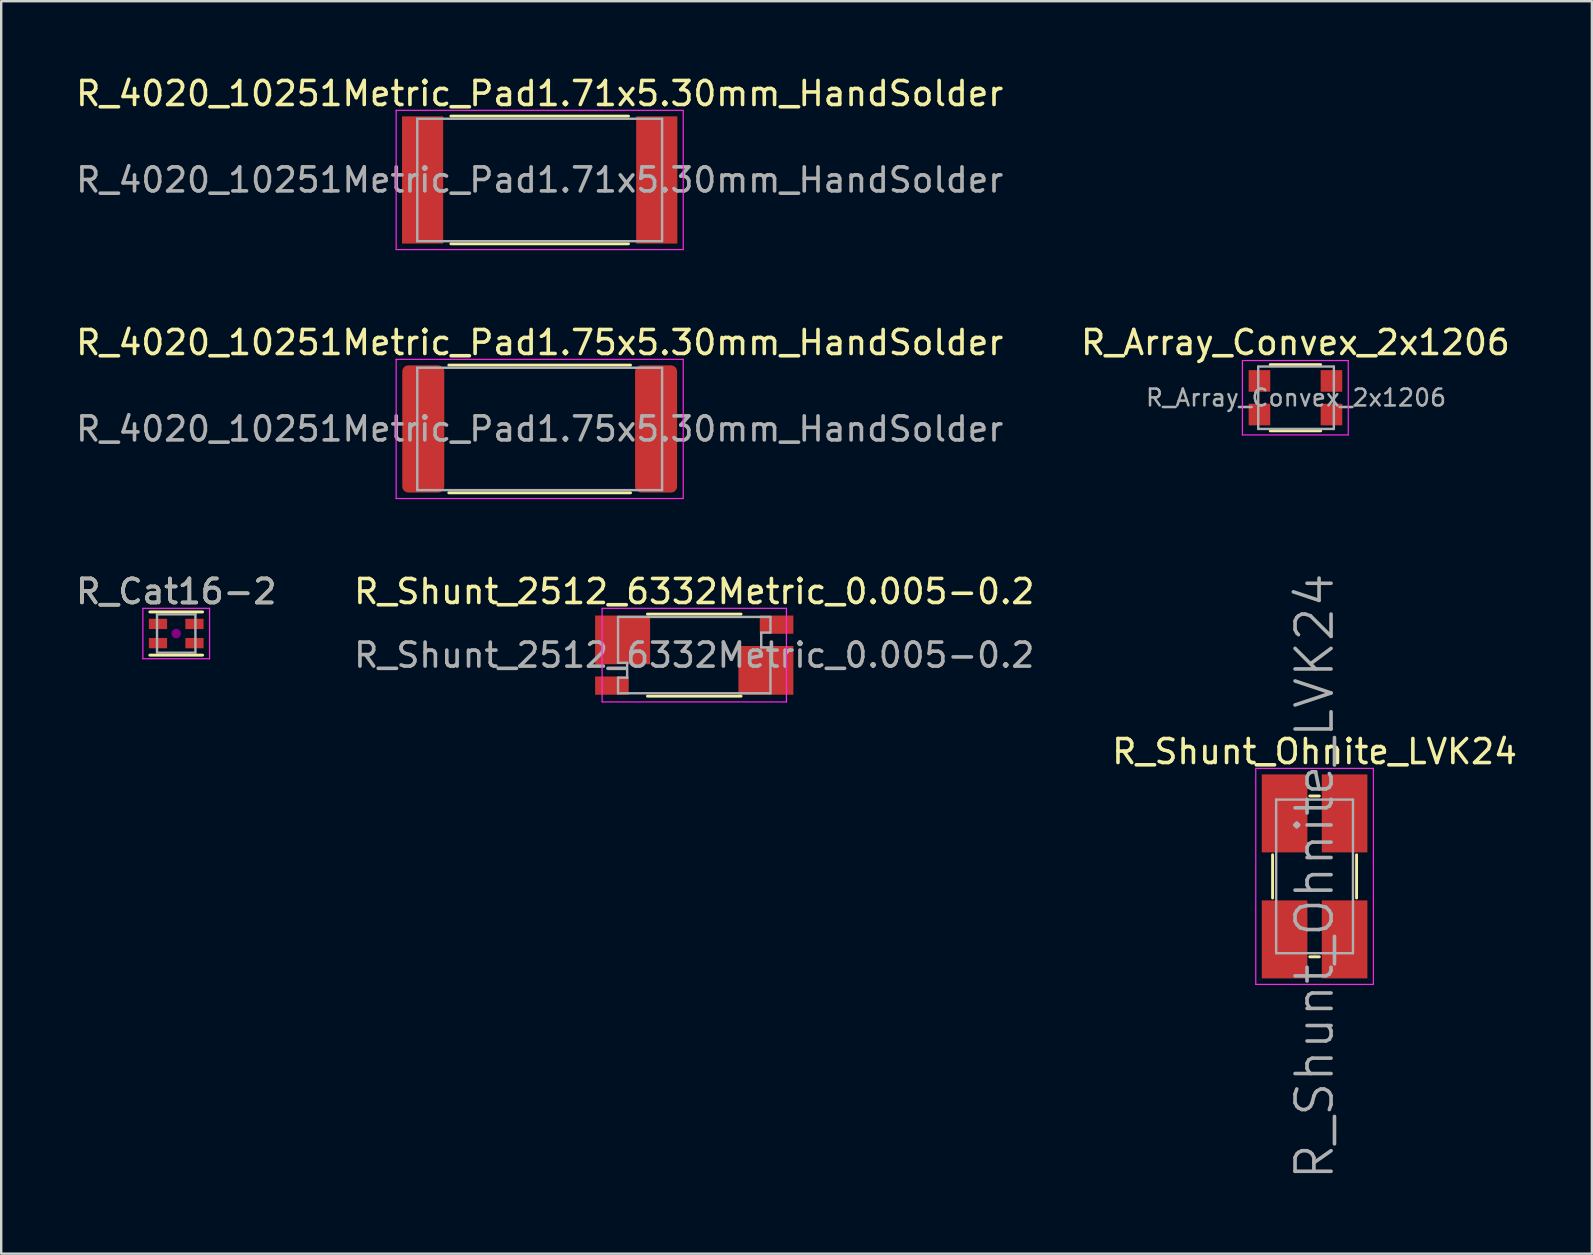
<source format=kicad_pcb>
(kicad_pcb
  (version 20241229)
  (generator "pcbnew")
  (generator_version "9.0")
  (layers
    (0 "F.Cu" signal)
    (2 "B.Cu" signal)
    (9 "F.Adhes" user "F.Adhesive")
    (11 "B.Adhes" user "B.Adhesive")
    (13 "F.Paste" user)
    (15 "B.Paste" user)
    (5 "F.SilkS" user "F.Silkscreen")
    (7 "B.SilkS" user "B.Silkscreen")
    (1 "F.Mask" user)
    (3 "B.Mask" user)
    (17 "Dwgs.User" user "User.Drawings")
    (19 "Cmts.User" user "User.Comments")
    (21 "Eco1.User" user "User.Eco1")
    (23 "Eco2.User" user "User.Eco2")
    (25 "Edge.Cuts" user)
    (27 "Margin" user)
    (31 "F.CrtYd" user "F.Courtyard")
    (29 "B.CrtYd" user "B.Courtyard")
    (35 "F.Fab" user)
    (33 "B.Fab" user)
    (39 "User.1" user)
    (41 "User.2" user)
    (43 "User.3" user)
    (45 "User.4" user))
  (footprint "R_4020_10251Metric_Pad1.71x5.30mm_HandSolder"
    (layer "F.Cu")
    (at 19.435 4.448)
    (property "Reference" "R_4020_10251Metric_Pad1.71x5.30mm_HandSolder" (at 0 -3.6 0) (layer "F.SilkS") (effects (font (size 1 1) (thickness 0.15))))
    (attr smd)
    (fp_line (start -3.7 -2.66) (end 3.7 -2.66) (stroke (width 0.12) (type solid)) (layer "F.SilkS"))
    (fp_line (start -3.7 2.66) (end 3.7 2.66) (stroke (width 0.12) (type solid)) (layer "F.SilkS"))
    (fp_line (start -5.98 -2.9) (end 5.98 -2.9) (stroke (width 0.05) (type solid)) (layer "F.CrtYd"))
    (fp_line (start -5.98 2.9) (end -5.98 -2.9) (stroke (width 0.05) (type solid)) (layer "F.CrtYd"))
    (fp_line (start 5.98 -2.9) (end 5.98 2.9) (stroke (width 0.05) (type solid)) (layer "F.CrtYd"))
    (fp_line (start 5.98 2.9) (end -5.98 2.9) (stroke (width 0.05) (type solid)) (layer "F.CrtYd"))
    (fp_line (start -5.1 -2.55) (end 5.1 -2.55) (stroke (width 0.1) (type solid)) (layer "F.Fab"))
    (fp_line (start -5.1 2.55) (end -5.1 -2.55) (stroke (width 0.1) (type solid)) (layer "F.Fab"))
    (fp_line (start 5.1 -2.55) (end 5.1 2.55) (stroke (width 0.1) (type solid)) (layer "F.Fab"))
    (fp_line (start 5.1 2.55) (end -5.1 2.55) (stroke (width 0.1) (type solid)) (layer "F.Fab"))
    (fp_text user "${REFERENCE}" (at 0 0 0) (layer "F.Fab") (effects (font (size 1 1) (thickness 0.15))))
    (pad "1" smd rect (at -4.878 0) (size 1.715 5.3) (layers "F.Cu" "F.Mask" "F.Paste"))
    (pad "2" smd rect (at 4.878 0) (size 1.715 5.3) (layers "F.Cu" "F.Mask" "F.Paste")))
  (footprint "R_Shunt_2512_6332Metric_0.005-0.2"
    (layer "F.Cu")
    (at 25.875 24.245)
    (property "Reference" "R_Shunt_2512_6332Metric_0.005-0.2" (at 0 -2.65 0) (layer "F.SilkS") (effects (font (size 1 1) (thickness 0.15))))
    (attr smd)
    (fp_line (start -1.95 -1.71) (end 1.95 -1.71) (stroke (width 0.12) (type solid)) (layer "F.SilkS"))
    (fp_line (start -1.95 1.71) (end 1.95 1.71) (stroke (width 0.12) (type solid)) (layer "F.SilkS"))
    (fp_line (start -3.84 -1.95) (end 3.84 -1.95) (stroke (width 0.05) (type solid)) (layer "F.CrtYd"))
    (fp_line (start -3.84 1.95) (end -3.84 -1.95) (stroke (width 0.05) (type solid)) (layer "F.CrtYd"))
    (fp_line (start 3.84 -1.95) (end 3.84 1.95) (stroke (width 0.05) (type solid)) (layer "F.CrtYd"))
    (fp_line (start 3.84 1.95) (end -3.84 1.95) (stroke (width 0.05) (type solid)) (layer "F.CrtYd"))
    (fp_line (start -3.175 -1.59) (end 3.175 -1.59) (stroke (width 0.1) (type solid)) (layer "F.Fab"))
    (fp_line (start -3.175 0.32) (end -3.175 -1.59) (stroke (width 0.1) (type solid)) (layer "F.Fab"))
    (fp_line (start -3.175 0.32) (end -2.795 0.32) (stroke (width 0.1) (type solid)) (layer "F.Fab"))
    (fp_line (start -3.175 0.94) (end -3.175 1.59) (stroke (width 0.1) (type solid)) (layer "F.Fab"))
    (fp_line (start -3.175 0.94) (end -2.795 0.94) (stroke (width 0.1) (type solid)) (layer "F.Fab"))
    (fp_line (start -2.795 0.941) (end -2.795 0.32) (stroke (width 0.1) (type solid)) (layer "F.Fab"))
    (fp_line (start 2.79 -0.94) (end 3.17 -0.94) (stroke (width 0.1) (type solid)) (layer "F.Fab"))
    (fp_line (start 2.79 -0.32) (end 3.17 -0.32) (stroke (width 0.1) (type solid)) (layer "F.Fab"))
    (fp_line (start 2.79 -0.32) (end 2.79 -0.94) (stroke (width 0.1) (type solid)) (layer "F.Fab"))
    (fp_line (start 3.175 -0.94) (end 3.175 -1.59) (stroke (width 0.1) (type solid)) (layer "F.Fab"))
    (fp_line (start 3.175 -0.32) (end 3.175 1.59) (stroke (width 0.1) (type solid)) (layer "F.Fab"))
    (fp_line (start 3.175 1.59) (end -3.175 1.59) (stroke (width 0.1) (type solid)) (layer "F.Fab"))
    (fp_text user "${REFERENCE}" (at 0 0 0) (layer "F.Fab") (effects (font (size 1 1) (thickness 0.15))))
    (pad "1" smd rect (at -2.985 -0.635) (size 2.29 2.03) (layers "F.Cu" "F.Mask" "F.Paste"))
    (pad "2" smd rect (at -3.43 1.27) (size 1.4 0.76) (layers "F.Cu" "F.Mask" "F.Paste"))
    (pad "3" smd rect (at 3.43 -1.27) (size 1.4 0.76) (layers "F.Cu" "F.Mask" "F.Paste"))
    (pad "4" smd rect (at 2.985 0.635) (size 2.29 2.03) (layers "F.Cu" "F.Mask" "F.Paste")))
  (footprint "R_Array_Convex_2x1206"
    (layer "F.Cu")
    (at 50.923 13.521)
    (property "Reference" "R_Array_Convex_2x1206" (at 0 -2.3 0) (layer "F.SilkS") (effects (font (size 1 1) (thickness 0.15))))
    (attr smd)
    (fp_line (start 1.05 -1.38) (end -1.05 -1.38) (stroke (width 0.12) (type solid)) (layer "F.SilkS"))
    (fp_line (start 1.05 1.38) (end -1.05 1.38) (stroke (width 0.12) (type solid)) (layer "F.SilkS"))
    (fp_line (start -2.21 -1.55) (end -2.21 1.55) (stroke (width 0.05) (type solid)) (layer "F.CrtYd"))
    (fp_line (start -2.21 -1.55) (end 2.2 -1.55) (stroke (width 0.05) (type solid)) (layer "F.CrtYd"))
    (fp_line (start 2.2 1.55) (end -2.21 1.55) (stroke (width 0.05) (type solid)) (layer "F.CrtYd"))
    (fp_line (start 2.2 1.55) (end 2.2 -1.55) (stroke (width 0.05) (type solid)) (layer "F.CrtYd"))
    (fp_line (start -1.55 -1.3) (end 1.6 -1.3) (stroke (width 0.1) (type solid)) (layer "F.Fab"))
    (fp_line (start -1.55 1.3) (end -1.55 -1.3) (stroke (width 0.1) (type solid)) (layer "F.Fab"))
    (fp_line (start 1.6 -1.3) (end 1.6 1.3) (stroke (width 0.1) (type solid)) (layer "F.Fab"))
    (fp_line (start 1.6 1.3) (end -1.55 1.3) (stroke (width 0.1) (type solid)) (layer "F.Fab"))
    (fp_text user "${REFERENCE}" (at 0.025 0 0) (layer "F.Fab") (effects (font (size 0.7 0.7) (thickness 0.105))))
    (pad "1" smd rect (at -1.5 -0.7) (size 0.9 0.9) (layers "F.Cu" "F.Mask" "F.Paste"))
    (pad "2" smd rect (at -1.5 0.7) (size 0.9 0.9) (layers "F.Cu" "F.Mask" "F.Paste"))
    (pad "3" smd rect (at 1.5 0.7) (size 0.9 0.9) (layers "F.Cu" "F.Mask" "F.Paste"))
    (pad "4" smd rect (at 1.5 -0.7) (size 0.9 0.9) (layers "F.Cu" "F.Mask" "F.Paste")))
  (footprint "R_Shunt_Ohnite_LVK24"
    (layer "F.Cu")
    (at 51.72 33.464)
    (property "Reference" "R_Shunt_Ohnite_LVK24" (at 0 -5.2 0) (layer "F.SilkS") (effects (font (size 1 1) (thickness 0.15))))
    (attr smd)
    (fp_line (start -1.75 0.9) (end -1.75 -0.9) (stroke (width 0.12) (type solid)) (layer "F.SilkS"))
    (fp_line (start 0.2 -3.35) (end -0.2 -3.35) (stroke (width 0.12) (type solid)) (layer "F.SilkS"))
    (fp_line (start 0.2 3.35) (end -0.2 3.35) (stroke (width 0.12) (type solid)) (layer "F.SilkS"))
    (fp_line (start 1.75 -0.9) (end 1.75 0.9) (stroke (width 0.12) (type solid)) (layer "F.SilkS"))
    (fp_line (start -2.45 -4.5) (end 2.45 -4.5) (stroke (width 0.05) (type solid)) (layer "F.CrtYd"))
    (fp_line (start -2.45 4.5) (end -2.45 -4.5) (stroke (width 0.05) (type solid)) (layer "F.CrtYd"))
    (fp_line (start 2.45 -4.5) (end 2.45 4.5) (stroke (width 0.05) (type solid)) (layer "F.CrtYd"))
    (fp_line (start 2.45 4.5) (end -2.45 4.5) (stroke (width 0.05) (type solid)) (layer "F.CrtYd"))
    (fp_line (start -1.6 -3.2) (end 1.6 -3.2) (stroke (width 0.1) (type solid)) (layer "F.Fab"))
    (fp_line (start -1.6 3.2) (end -1.6 -3.2) (stroke (width 0.1) (type solid)) (layer "F.Fab"))
    (fp_line (start 0 3.2) (end -1.6 3.2) (stroke (width 0.1) (type solid)) (layer "F.Fab"))
    (fp_line (start 1.6 -3.2) (end 1.6 3.2) (stroke (width 0.1) (type solid)) (layer "F.Fab"))
    (fp_line (start 1.6 3.2) (end 0 3.2) (stroke (width 0.1) (type solid)) (layer "F.Fab"))
    (fp_text user "${REFERENCE}" (at 0 0 90) (layer "F.Fab") (effects (font (size 1.5 1.5) (thickness 0.15))))
    (pad "1" smd rect (at -1.25 -2.625) (size 1.9 3.25) (layers "F.Cu" "F.Mask" "F.Paste"))
    (pad "2" smd rect (at 1.25 -2.625) (size 1.9 3.25) (layers "F.Cu" "F.Mask" "F.Paste"))
    (pad "3" smd rect (at -1.25 2.625) (size 1.9 3.25) (layers "F.Cu" "F.Mask" "F.Paste"))
    (pad "4" smd rect (at 1.25 2.625) (size 1.9 3.25) (layers "F.Cu" "F.Mask" "F.Paste")))
  (footprint "R_4020_10251Metric_Pad1.75x5.30mm_HandSolder"
    (layer "F.Cu")
    (at 19.435 14.822)
    (property "Reference" "R_4020_10251Metric_Pad1.75x5.30mm_HandSolder" (at 0 -3.6 0) (layer "F.SilkS") (effects (font (size 1 1) (thickness 0.15))))
    (attr smd)
    (fp_line (start -3.786 -2.66) (end 3.786 -2.66) (stroke (width 0.12) (type solid)) (layer "F.SilkS"))
    (fp_line (start -3.786 2.66) (end 3.786 2.66) (stroke (width 0.12) (type solid)) (layer "F.SilkS"))
    (fp_line (start -5.98 -2.9) (end 5.98 -2.9) (stroke (width 0.05) (type solid)) (layer "F.CrtYd"))
    (fp_line (start -5.98 2.9) (end -5.98 -2.9) (stroke (width 0.05) (type solid)) (layer "F.CrtYd"))
    (fp_line (start 5.98 -2.9) (end 5.98 2.9) (stroke (width 0.05) (type solid)) (layer "F.CrtYd"))
    (fp_line (start 5.98 2.9) (end -5.98 2.9) (stroke (width 0.05) (type solid)) (layer "F.CrtYd"))
    (fp_line (start -5.1 -2.55) (end 5.1 -2.55) (stroke (width 0.1) (type solid)) (layer "F.Fab"))
    (fp_line (start -5.1 2.55) (end -5.1 -2.55) (stroke (width 0.1) (type solid)) (layer "F.Fab"))
    (fp_line (start 5.1 -2.55) (end 5.1 2.55) (stroke (width 0.1) (type solid)) (layer "F.Fab"))
    (fp_line (start 5.1 2.55) (end -5.1 2.55) (stroke (width 0.1) (type solid)) (layer "F.Fab"))
    (fp_text user "${REFERENCE}" (at 0 0 0) (layer "F.Fab") (effects (font (size 1 1) (thickness 0.15))))
    (pad "1" smd roundrect (at -4.85 0) (size 1.75 5.3) (layers "F.Cu" "F.Mask" "F.Paste") (roundrect_rratio 0.143))
    (pad "2" smd roundrect (at 4.85 0) (size 1.75 5.3) (layers "F.Cu" "F.Mask" "F.Paste") (roundrect_rratio 0.143)))
  (footprint "R_Cat16-2"
    (layer "F.Cu")
    (at 4.292 23.345)
    (property "Reference" "R_Cat16-2" (at 0 -1.75 0) (layer "F.SilkS") (effects (font (size 1 1) (thickness 0.15))))
    (attr smd)
    (fp_line (start 1.1 -0.9) (end -1.1 -0.9) (stroke (width 0.12) (type solid)) (layer "F.SilkS"))
    (fp_line (start 1.1 0.9) (end -1.1 0.9) (stroke (width 0.12) (type solid)) (layer "F.SilkS"))
    (fp_circle (center 0 0) (end -0.1 0) (stroke (width 0.2) (type solid)) (fill no) (layer "F.Adhes"))
    (fp_line (start -1.39 -1.05) (end -1.39 1.05) (stroke (width 0.05) (type solid)) (layer "F.CrtYd"))
    (fp_line (start -1.39 -1.05) (end 1.39 -1.05) (stroke (width 0.05) (type solid)) (layer "F.CrtYd"))
    (fp_line (start 1.39 1.05) (end -1.39 1.05) (stroke (width 0.05) (type solid)) (layer "F.CrtYd"))
    (fp_line (start 1.39 1.05) (end 1.39 -1.05) (stroke (width 0.05) (type solid)) (layer "F.CrtYd"))
    (fp_line (start -0.8 -0.8) (end 0.8 -0.8) (stroke (width 0.1) (type solid)) (layer "F.Fab"))
    (fp_line (start -0.8 0.8) (end -0.8 -0.8) (stroke (width 0.1) (type solid)) (layer "F.Fab"))
    (fp_line (start 0.8 -0.8) (end 0.8 0.8) (stroke (width 0.1) (type solid)) (layer "F.Fab"))
    (fp_line (start 0.8 0.8) (end -0.8 0.8) (stroke (width 0.1) (type solid)) (layer "F.Fab"))
    (fp_text user "${REFERENCE}" (at 0 -1.75 0) (layer "F.Fab") (effects (font (size 1 1) (thickness 0.15))))
    (pad "1" smd rect (at -0.76 -0.4 180) (size 0.76 0.43) (layers "F.Cu" "F.Mask" "F.Paste"))
    (pad "2" smd rect (at -0.76 0.4 180) (size 0.76 0.43) (layers "F.Cu" "F.Mask" "F.Paste"))
    (pad "3" smd rect (at 0.76 0.4 180) (size 0.76 0.43) (layers "F.Cu" "F.Mask" "F.Paste"))
    (pad "4" smd rect (at 0.76 -0.4 180) (size 0.76 0.43) (layers "F.Cu" "F.Mask" "F.Paste")))
  (gr_rect
    (start -3 -3)
    (end 63.274 49.182)
    (stroke (width 0.1) (type default))
    (fill no)
    (layer "Edge.Cuts")))
</source>
